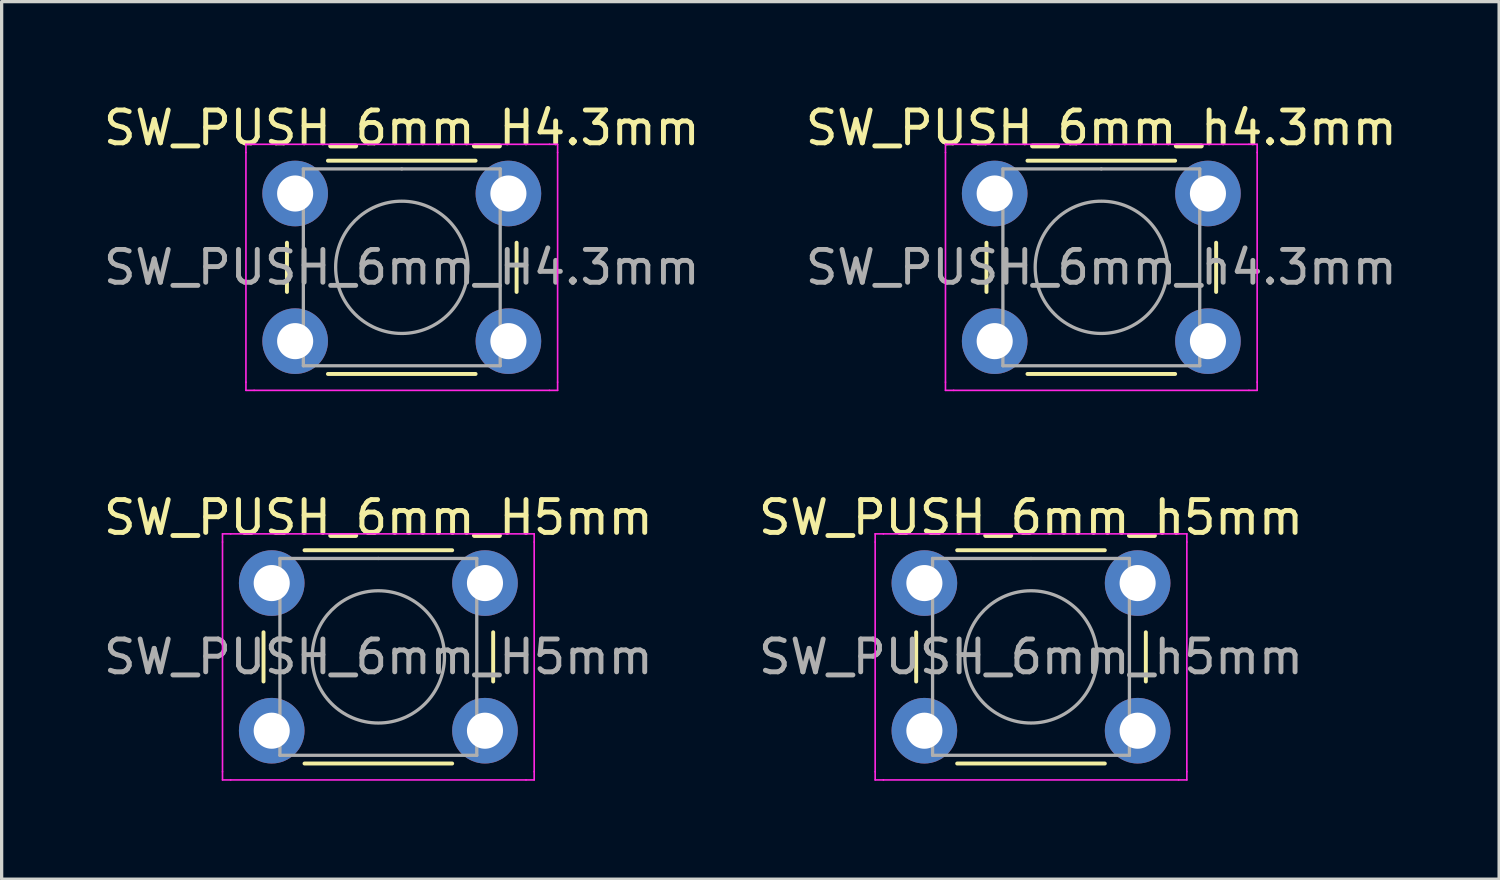
<source format=kicad_pcb>
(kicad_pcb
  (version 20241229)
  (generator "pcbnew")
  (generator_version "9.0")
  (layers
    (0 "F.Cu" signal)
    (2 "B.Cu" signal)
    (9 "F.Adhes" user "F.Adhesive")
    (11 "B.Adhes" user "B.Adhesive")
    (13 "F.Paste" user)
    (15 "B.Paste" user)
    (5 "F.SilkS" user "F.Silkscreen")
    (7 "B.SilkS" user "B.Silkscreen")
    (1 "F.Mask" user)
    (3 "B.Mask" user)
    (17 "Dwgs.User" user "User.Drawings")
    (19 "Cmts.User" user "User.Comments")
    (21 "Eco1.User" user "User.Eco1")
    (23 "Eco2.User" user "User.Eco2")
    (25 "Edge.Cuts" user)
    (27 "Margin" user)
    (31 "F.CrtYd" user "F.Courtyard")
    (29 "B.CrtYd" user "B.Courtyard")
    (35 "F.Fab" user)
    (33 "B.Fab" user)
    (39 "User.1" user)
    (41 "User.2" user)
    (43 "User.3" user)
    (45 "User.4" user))
  (footprint "SW_PUSH_6mm_h4.3mm"
    (layer "F.Cu")
    (at 27.268 2.848)
    (property "Reference" "SW_PUSH_6mm_h4.3mm" (at 3.25 -2 0) (layer "F.SilkS") (effects (font (size 1 1) (thickness 0.15))))
    (attr through_hole)
    (fp_line (start -0.25 1.5) (end -0.25 3) (stroke (width 0.12) (type solid)) (layer "F.SilkS"))
    (fp_line (start 1 5.5) (end 5.5 5.5) (stroke (width 0.12) (type solid)) (layer "F.SilkS"))
    (fp_line (start 5.5 -1) (end 1 -1) (stroke (width 0.12) (type solid)) (layer "F.SilkS"))
    (fp_line (start 6.75 3) (end 6.75 1.5) (stroke (width 0.12) (type solid)) (layer "F.SilkS"))
    (fp_line (start -1.5 -1.5) (end -1.25 -1.5) (stroke (width 0.05) (type solid)) (layer "F.CrtYd"))
    (fp_line (start -1.5 -1.25) (end -1.5 -1.5) (stroke (width 0.05) (type solid)) (layer "F.CrtYd"))
    (fp_line (start -1.5 5.75) (end -1.5 -1.25) (stroke (width 0.05) (type solid)) (layer "F.CrtYd"))
    (fp_line (start -1.5 5.75) (end -1.5 6) (stroke (width 0.05) (type solid)) (layer "F.CrtYd"))
    (fp_line (start -1.5 6) (end -1.25 6) (stroke (width 0.05) (type solid)) (layer "F.CrtYd"))
    (fp_line (start -1.25 -1.5) (end 7.75 -1.5) (stroke (width 0.05) (type solid)) (layer "F.CrtYd"))
    (fp_line (start 7.75 -1.5) (end 8 -1.5) (stroke (width 0.05) (type solid)) (layer "F.CrtYd"))
    (fp_line (start 7.75 6) (end -1.25 6) (stroke (width 0.05) (type solid)) (layer "F.CrtYd"))
    (fp_line (start 7.75 6) (end 8 6) (stroke (width 0.05) (type solid)) (layer "F.CrtYd"))
    (fp_line (start 8 -1.5) (end 8 -1.25) (stroke (width 0.05) (type solid)) (layer "F.CrtYd"))
    (fp_line (start 8 -1.25) (end 8 5.75) (stroke (width 0.05) (type solid)) (layer "F.CrtYd"))
    (fp_line (start 8 6) (end 8 5.75) (stroke (width 0.05) (type solid)) (layer "F.CrtYd"))
    (fp_line (start 0.25 -0.75) (end 3.25 -0.75) (stroke (width 0.1) (type solid)) (layer "F.Fab"))
    (fp_line (start 0.25 5.25) (end 0.25 -0.75) (stroke (width 0.1) (type solid)) (layer "F.Fab"))
    (fp_line (start 3.25 -0.75) (end 6.25 -0.75) (stroke (width 0.1) (type solid)) (layer "F.Fab"))
    (fp_line (start 6.25 -0.75) (end 6.25 5.25) (stroke (width 0.1) (type solid)) (layer "F.Fab"))
    (fp_line (start 6.25 5.25) (end 0.25 5.25) (stroke (width 0.1) (type solid)) (layer "F.Fab"))
    (fp_circle (center 3.25 2.25) (end 1.25 2.5) (stroke (width 0.1) (type solid)) (fill no) (layer "F.Fab"))
    (fp_text user "${REFERENCE}" (at 3.25 2.25 0) (layer "F.Fab") (effects (font (size 1 1) (thickness 0.15))))
    (pad "1" thru_hole circle (at 0 0 90) (size 2 2) (drill 1.1) (layers "*.Cu" "*.Mask"))
    (pad "1" thru_hole circle (at 6.5 0 90) (size 2 2) (drill 1.1) (layers "*.Cu" "*.Mask"))
    (pad "2" thru_hole circle (at 0 4.5 90) (size 2 2) (drill 1.1) (layers "*.Cu" "*.Mask"))
    (pad "2" thru_hole circle (at 6.5 4.5 90) (size 2 2) (drill 1.1) (layers "*.Cu" "*.Mask")))
  (footprint "SW_PUSH_6mm_H4.3mm"
    (layer "F.Cu")
    (at 5.946 2.848)
    (property "Reference" "SW_PUSH_6mm_H4.3mm" (at 3.25 -2 0) (layer "F.SilkS") (effects (font (size 1 1) (thickness 0.15))))
    (attr through_hole)
    (fp_line (start -0.25 1.5) (end -0.25 3) (stroke (width 0.12) (type solid)) (layer "F.SilkS"))
    (fp_line (start 1 5.5) (end 5.5 5.5) (stroke (width 0.12) (type solid)) (layer "F.SilkS"))
    (fp_line (start 5.5 -1) (end 1 -1) (stroke (width 0.12) (type solid)) (layer "F.SilkS"))
    (fp_line (start 6.75 3) (end 6.75 1.5) (stroke (width 0.12) (type solid)) (layer "F.SilkS"))
    (fp_line (start -1.5 -1.5) (end -1.25 -1.5) (stroke (width 0.05) (type solid)) (layer "F.CrtYd"))
    (fp_line (start -1.5 -1.25) (end -1.5 -1.5) (stroke (width 0.05) (type solid)) (layer "F.CrtYd"))
    (fp_line (start -1.5 5.75) (end -1.5 -1.25) (stroke (width 0.05) (type solid)) (layer "F.CrtYd"))
    (fp_line (start -1.5 5.75) (end -1.5 6) (stroke (width 0.05) (type solid)) (layer "F.CrtYd"))
    (fp_line (start -1.5 6) (end -1.25 6) (stroke (width 0.05) (type solid)) (layer "F.CrtYd"))
    (fp_line (start -1.25 -1.5) (end 7.75 -1.5) (stroke (width 0.05) (type solid)) (layer "F.CrtYd"))
    (fp_line (start 7.75 -1.5) (end 8 -1.5) (stroke (width 0.05) (type solid)) (layer "F.CrtYd"))
    (fp_line (start 7.75 6) (end -1.25 6) (stroke (width 0.05) (type solid)) (layer "F.CrtYd"))
    (fp_line (start 7.75 6) (end 8 6) (stroke (width 0.05) (type solid)) (layer "F.CrtYd"))
    (fp_line (start 8 -1.5) (end 8 -1.25) (stroke (width 0.05) (type solid)) (layer "F.CrtYd"))
    (fp_line (start 8 -1.25) (end 8 5.75) (stroke (width 0.05) (type solid)) (layer "F.CrtYd"))
    (fp_line (start 8 6) (end 8 5.75) (stroke (width 0.05) (type solid)) (layer "F.CrtYd"))
    (fp_line (start 0.25 -0.75) (end 3.25 -0.75) (stroke (width 0.1) (type solid)) (layer "F.Fab"))
    (fp_line (start 0.25 5.25) (end 0.25 -0.75) (stroke (width 0.1) (type solid)) (layer "F.Fab"))
    (fp_line (start 3.25 -0.75) (end 6.25 -0.75) (stroke (width 0.1) (type solid)) (layer "F.Fab"))
    (fp_line (start 6.25 -0.75) (end 6.25 5.25) (stroke (width 0.1) (type solid)) (layer "F.Fab"))
    (fp_line (start 6.25 5.25) (end 0.25 5.25) (stroke (width 0.1) (type solid)) (layer "F.Fab"))
    (fp_circle (center 3.25 2.25) (end 1.25 2.5) (stroke (width 0.1) (type solid)) (fill no) (layer "F.Fab"))
    (fp_text user "${REFERENCE}" (at 3.25 2.25 0) (layer "F.Fab") (effects (font (size 1 1) (thickness 0.15))))
    (pad "1" thru_hole circle (at 0 0 90) (size 2 2) (drill 1.1) (layers "*.Cu" "*.Mask"))
    (pad "1" thru_hole circle (at 6.5 0 90) (size 2 2) (drill 1.1) (layers "*.Cu" "*.Mask"))
    (pad "2" thru_hole circle (at 0 4.5 90) (size 2 2) (drill 1.1) (layers "*.Cu" "*.Mask"))
    (pad "2" thru_hole circle (at 6.5 4.5 90) (size 2 2) (drill 1.1) (layers "*.Cu" "*.Mask")))
  (footprint "SW_PUSH_6mm_H5mm"
    (layer "F.Cu")
    (at 5.232 14.722)
    (property "Reference" "SW_PUSH_6mm_H5mm" (at 3.25 -2 0) (layer "F.SilkS") (effects (font (size 1 1) (thickness 0.15))))
    (attr through_hole)
    (fp_line (start -0.25 1.5) (end -0.25 3) (stroke (width 0.12) (type solid)) (layer "F.SilkS"))
    (fp_line (start 1 5.5) (end 5.5 5.5) (stroke (width 0.12) (type solid)) (layer "F.SilkS"))
    (fp_line (start 5.5 -1) (end 1 -1) (stroke (width 0.12) (type solid)) (layer "F.SilkS"))
    (fp_line (start 6.75 3) (end 6.75 1.5) (stroke (width 0.12) (type solid)) (layer "F.SilkS"))
    (fp_line (start -1.5 -1.5) (end -1.25 -1.5) (stroke (width 0.05) (type solid)) (layer "F.CrtYd"))
    (fp_line (start -1.5 -1.25) (end -1.5 -1.5) (stroke (width 0.05) (type solid)) (layer "F.CrtYd"))
    (fp_line (start -1.5 5.75) (end -1.5 -1.25) (stroke (width 0.05) (type solid)) (layer "F.CrtYd"))
    (fp_line (start -1.5 5.75) (end -1.5 6) (stroke (width 0.05) (type solid)) (layer "F.CrtYd"))
    (fp_line (start -1.5 6) (end -1.25 6) (stroke (width 0.05) (type solid)) (layer "F.CrtYd"))
    (fp_line (start -1.25 -1.5) (end 7.75 -1.5) (stroke (width 0.05) (type solid)) (layer "F.CrtYd"))
    (fp_line (start 7.75 -1.5) (end 8 -1.5) (stroke (width 0.05) (type solid)) (layer "F.CrtYd"))
    (fp_line (start 7.75 6) (end -1.25 6) (stroke (width 0.05) (type solid)) (layer "F.CrtYd"))
    (fp_line (start 7.75 6) (end 8 6) (stroke (width 0.05) (type solid)) (layer "F.CrtYd"))
    (fp_line (start 8 -1.5) (end 8 -1.25) (stroke (width 0.05) (type solid)) (layer "F.CrtYd"))
    (fp_line (start 8 -1.25) (end 8 5.75) (stroke (width 0.05) (type solid)) (layer "F.CrtYd"))
    (fp_line (start 8 6) (end 8 5.75) (stroke (width 0.05) (type solid)) (layer "F.CrtYd"))
    (fp_line (start 0.25 -0.75) (end 3.25 -0.75) (stroke (width 0.1) (type solid)) (layer "F.Fab"))
    (fp_line (start 0.25 5.25) (end 0.25 -0.75) (stroke (width 0.1) (type solid)) (layer "F.Fab"))
    (fp_line (start 3.25 -0.75) (end 6.25 -0.75) (stroke (width 0.1) (type solid)) (layer "F.Fab"))
    (fp_line (start 6.25 -0.75) (end 6.25 5.25) (stroke (width 0.1) (type solid)) (layer "F.Fab"))
    (fp_line (start 6.25 5.25) (end 0.25 5.25) (stroke (width 0.1) (type solid)) (layer "F.Fab"))
    (fp_circle (center 3.25 2.25) (end 1.25 2.5) (stroke (width 0.1) (type solid)) (fill no) (layer "F.Fab"))
    (fp_text user "${REFERENCE}" (at 3.25 2.25 0) (layer "F.Fab") (effects (font (size 1 1) (thickness 0.15))))
    (pad "1" thru_hole circle (at 0 0 90) (size 2 2) (drill 1.1) (layers "*.Cu" "*.Mask"))
    (pad "1" thru_hole circle (at 6.5 0 90) (size 2 2) (drill 1.1) (layers "*.Cu" "*.Mask"))
    (pad "2" thru_hole circle (at 0 4.5 90) (size 2 2) (drill 1.1) (layers "*.Cu" "*.Mask"))
    (pad "2" thru_hole circle (at 6.5 4.5 90) (size 2 2) (drill 1.1) (layers "*.Cu" "*.Mask")))
  (footprint "SW_PUSH_6mm_h5mm"
    (layer "F.Cu")
    (at 25.125 14.722)
    (property "Reference" "SW_PUSH_6mm_h5mm" (at 3.25 -2 0) (layer "F.SilkS") (effects (font (size 1 1) (thickness 0.15))))
    (attr through_hole)
    (fp_line (start -0.25 1.5) (end -0.25 3) (stroke (width 0.12) (type solid)) (layer "F.SilkS"))
    (fp_line (start 1 5.5) (end 5.5 5.5) (stroke (width 0.12) (type solid)) (layer "F.SilkS"))
    (fp_line (start 5.5 -1) (end 1 -1) (stroke (width 0.12) (type solid)) (layer "F.SilkS"))
    (fp_line (start 6.75 3) (end 6.75 1.5) (stroke (width 0.12) (type solid)) (layer "F.SilkS"))
    (fp_line (start -1.5 -1.5) (end -1.25 -1.5) (stroke (width 0.05) (type solid)) (layer "F.CrtYd"))
    (fp_line (start -1.5 -1.25) (end -1.5 -1.5) (stroke (width 0.05) (type solid)) (layer "F.CrtYd"))
    (fp_line (start -1.5 5.75) (end -1.5 -1.25) (stroke (width 0.05) (type solid)) (layer "F.CrtYd"))
    (fp_line (start -1.5 5.75) (end -1.5 6) (stroke (width 0.05) (type solid)) (layer "F.CrtYd"))
    (fp_line (start -1.5 6) (end -1.25 6) (stroke (width 0.05) (type solid)) (layer "F.CrtYd"))
    (fp_line (start -1.25 -1.5) (end 7.75 -1.5) (stroke (width 0.05) (type solid)) (layer "F.CrtYd"))
    (fp_line (start 7.75 -1.5) (end 8 -1.5) (stroke (width 0.05) (type solid)) (layer "F.CrtYd"))
    (fp_line (start 7.75 6) (end -1.25 6) (stroke (width 0.05) (type solid)) (layer "F.CrtYd"))
    (fp_line (start 7.75 6) (end 8 6) (stroke (width 0.05) (type solid)) (layer "F.CrtYd"))
    (fp_line (start 8 -1.5) (end 8 -1.25) (stroke (width 0.05) (type solid)) (layer "F.CrtYd"))
    (fp_line (start 8 -1.25) (end 8 5.75) (stroke (width 0.05) (type solid)) (layer "F.CrtYd"))
    (fp_line (start 8 6) (end 8 5.75) (stroke (width 0.05) (type solid)) (layer "F.CrtYd"))
    (fp_line (start 0.25 -0.75) (end 3.25 -0.75) (stroke (width 0.1) (type solid)) (layer "F.Fab"))
    (fp_line (start 0.25 5.25) (end 0.25 -0.75) (stroke (width 0.1) (type solid)) (layer "F.Fab"))
    (fp_line (start 3.25 -0.75) (end 6.25 -0.75) (stroke (width 0.1) (type solid)) (layer "F.Fab"))
    (fp_line (start 6.25 -0.75) (end 6.25 5.25) (stroke (width 0.1) (type solid)) (layer "F.Fab"))
    (fp_line (start 6.25 5.25) (end 0.25 5.25) (stroke (width 0.1) (type solid)) (layer "F.Fab"))
    (fp_circle (center 3.25 2.25) (end 1.25 2.5) (stroke (width 0.1) (type solid)) (fill no) (layer "F.Fab"))
    (fp_text user "${REFERENCE}" (at 3.25 2.25 0) (layer "F.Fab") (effects (font (size 1 1) (thickness 0.15))))
    (pad "1" thru_hole circle (at 0 0 90) (size 2 2) (drill 1.1) (layers "*.Cu" "*.Mask"))
    (pad "1" thru_hole circle (at 6.5 0 90) (size 2 2) (drill 1.1) (layers "*.Cu" "*.Mask"))
    (pad "2" thru_hole circle (at 0 4.5 90) (size 2 2) (drill 1.1) (layers "*.Cu" "*.Mask"))
    (pad "2" thru_hole circle (at 6.5 4.5 90) (size 2 2) (drill 1.1) (layers "*.Cu" "*.Mask")))
  (gr_rect
    (start -3 -3)
    (end 42.643 23.747)
    (stroke (width 0.1) (type default))
    (fill no)
    (layer "Edge.Cuts")))
</source>
